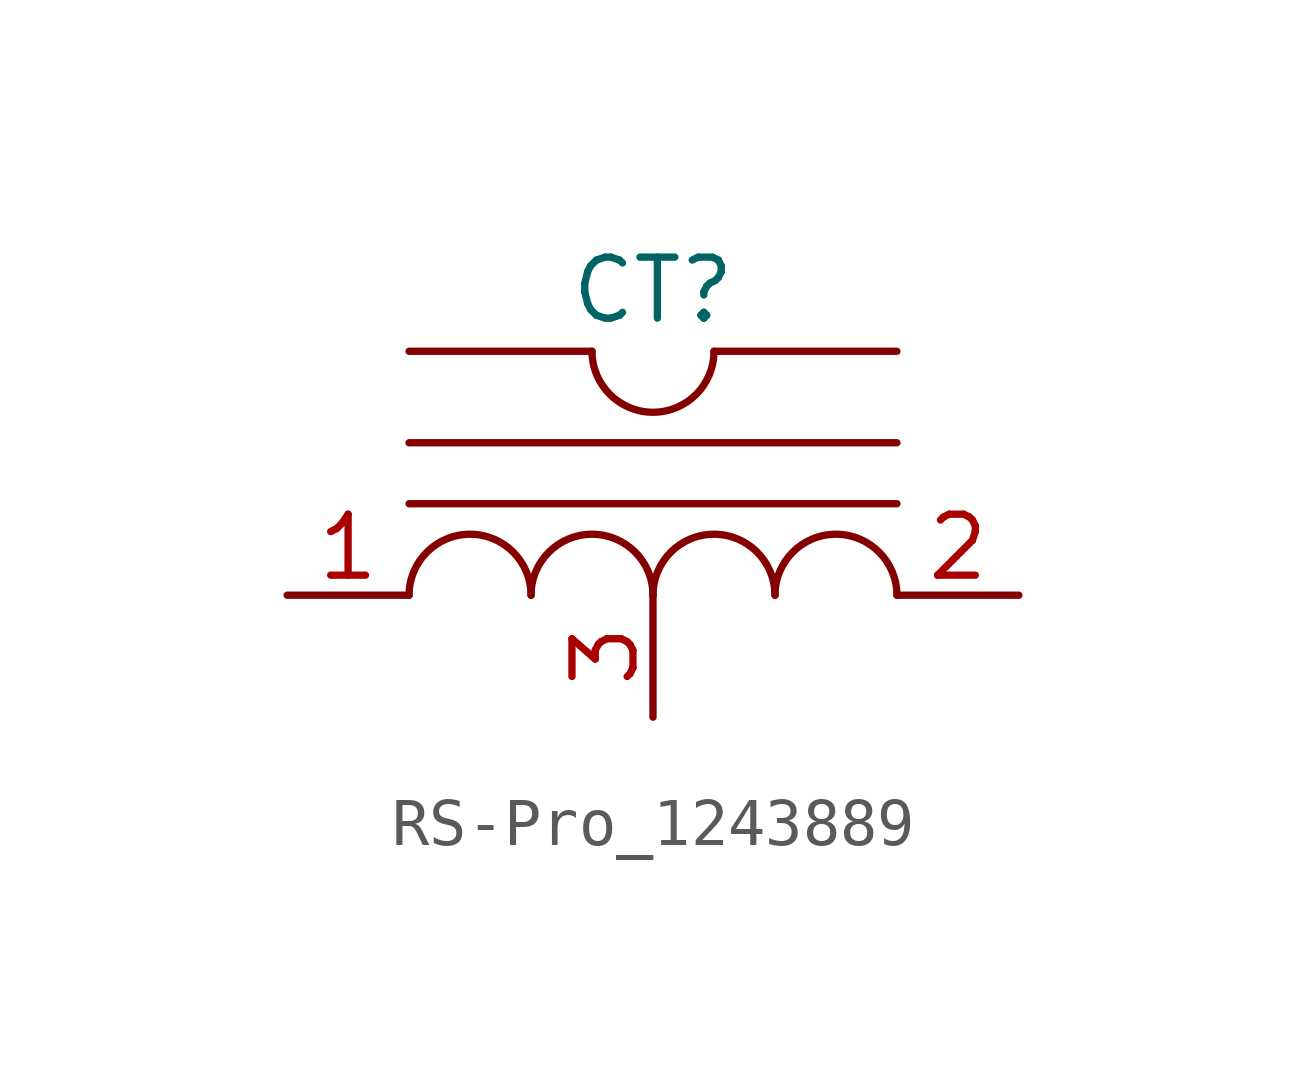
<source format=kicad_sym>
(kicad_symbol_lib
  (version 20220914)
  (generator kicad_symbol_editor)
  (symbol "RS-Pro_1243889"
    (property "Reference" "CT"
      (at 0 3.175 0)
      (effects (font (size 1.27 1.27))))
    (property "Value" ""
      (at 0 0 0)
      (effects (font (size 1.27 1.27))))
    (symbol "RS-Pro_1243889_0_1"
      (arc (start -2.54 -3.175) (mid -3.81 -1.9105) (end -5.08 -3.175) (stroke (width 0) (type default)) (fill (type none)))
      (arc (start -1.27 1.905) (mid 0 0.6405) (end 1.27 1.905) (stroke (width 0) (type default)) (fill (type none)))
      (arc (start 0 -3.175) (mid -1.27 -1.9105) (end -2.54 -3.175) (stroke (width 0) (type default)) (fill (type none)))
      (polyline (pts (xy -5.08 -1.27) (xy 5.08 -1.27)) (stroke (width 0) (type default)) (fill (type none)))
      (polyline (pts (xy -5.08 0) (xy 5.08 0)) (stroke (width 0) (type default)) (fill (type none)))
      (polyline (pts (xy -5.08 1.905) (xy -1.27 1.905)) (stroke (width 0) (type default)) (fill (type none)))
      (polyline (pts (xy 1.27 1.905) (xy 5.08 1.905)) (stroke (width 0) (type default)) (fill (type none)))
      (arc (start 2.54 -3.175) (mid 1.27 -1.9105) (end 0 -3.175) (stroke (width 0) (type default)) (fill (type none)))
      (arc (start 5.08 -3.175) (mid 3.81 -1.9105) (end 2.54 -3.175) (stroke (width 0) (type default)) (fill (type none))))
    (symbol "RS-Pro_1243889_1_1"
      (pin passive line (at -7.62 -3.175 0) (length 2.54) (name "" (effects (font (size 1.27 1.27)))) (number "1" (effects (font (size 1.27 1.27)))))
      (pin passive line (at 7.62 -3.175 180) (length 2.54) (name "" (effects (font (size 1.27 1.27)))) (number "2" (effects (font (size 1.27 1.27)))))
      (pin passive line (at 0 -5.715 90) (length 2.54) (name "" (effects (font (size 1.27 1.27)))) (number "3" (effects (font (size 1.27 1.27))))))))
</source>
